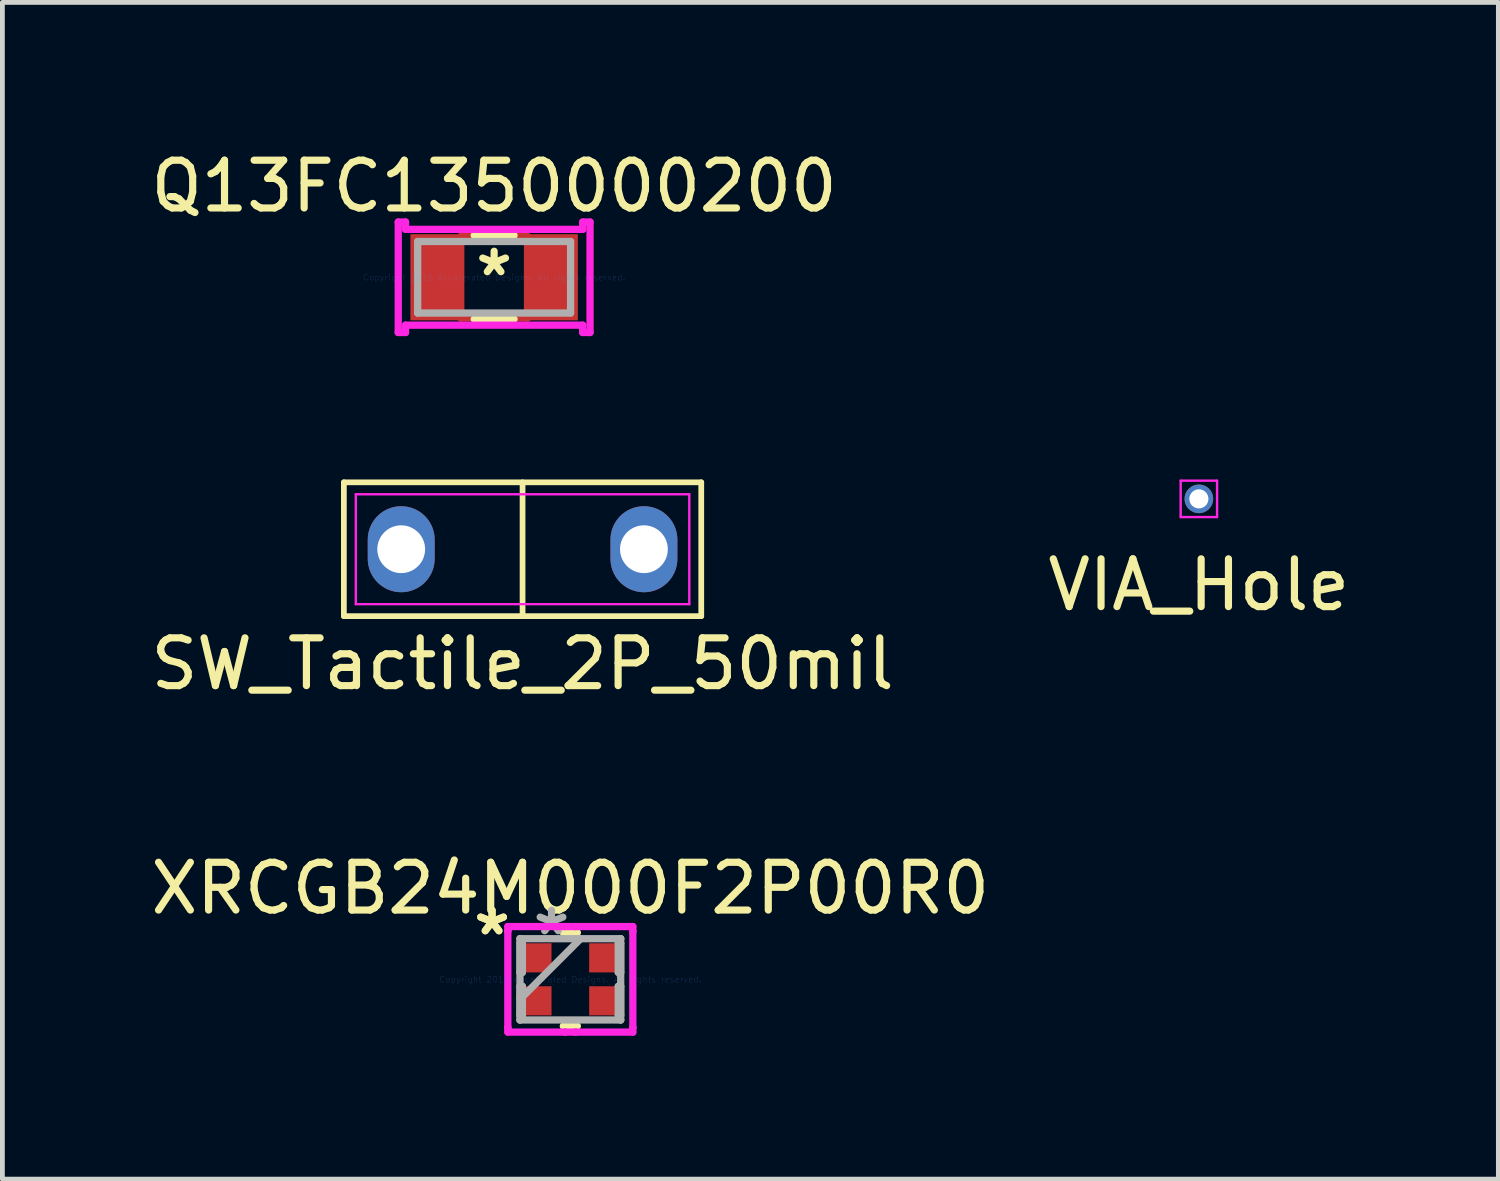
<source format=kicad_pcb>
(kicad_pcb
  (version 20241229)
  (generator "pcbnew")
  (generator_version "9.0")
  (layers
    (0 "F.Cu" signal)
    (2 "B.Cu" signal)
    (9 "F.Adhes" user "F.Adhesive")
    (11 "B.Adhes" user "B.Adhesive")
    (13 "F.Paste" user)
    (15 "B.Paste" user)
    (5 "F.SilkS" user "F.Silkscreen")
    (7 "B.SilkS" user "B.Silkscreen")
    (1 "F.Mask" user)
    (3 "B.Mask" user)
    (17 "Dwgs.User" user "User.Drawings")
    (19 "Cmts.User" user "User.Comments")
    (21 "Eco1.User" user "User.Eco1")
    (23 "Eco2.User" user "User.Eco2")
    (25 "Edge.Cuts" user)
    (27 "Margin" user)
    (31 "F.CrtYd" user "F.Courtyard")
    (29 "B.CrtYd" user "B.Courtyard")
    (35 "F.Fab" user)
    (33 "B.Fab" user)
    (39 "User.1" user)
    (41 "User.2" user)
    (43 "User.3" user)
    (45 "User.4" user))
  (footprint "XRCGB24M000F2P00R0"
    (layer "F.Cu")
    (at 8.887 17.447)
    (property "Reference" "XRCGB24M000F2P00R0" (at 0 -1.905 0) (layer "F.SilkS") (effects (font (size 1 1) (thickness 0.15))))
    (attr through_hole)
    (fp_line (start -0.147 0.978) (end 0.147 0.978) (stroke (width 0.152) (type solid)) (layer "F.SilkS"))
    (fp_line (start 0.147 -0.978) (end -0.147 -0.978) (stroke (width 0.152) (type solid)) (layer "F.SilkS"))
    (fp_line (start -1.308 -1.105) (end -0.109 -1.105) (stroke (width 0.152) (type solid)) (layer "F.CrtYd"))
    (fp_line (start -1.308 -1.009) (end -1.308 -1.105) (stroke (width 0.152) (type solid)) (layer "F.CrtYd"))
    (fp_line (start -1.308 -1.009) (end -1.308 -1.009) (stroke (width 0.152) (type solid)) (layer "F.CrtYd"))
    (fp_line (start -1.308 1.009) (end -1.308 -1.009) (stroke (width 0.152) (type solid)) (layer "F.CrtYd"))
    (fp_line (start -1.308 1.009) (end -1.308 1.009) (stroke (width 0.152) (type solid)) (layer "F.CrtYd"))
    (fp_line (start -1.308 1.105) (end -1.308 1.009) (stroke (width 0.152) (type solid)) (layer "F.CrtYd"))
    (fp_line (start -0.109 -1.105) (end -0.109 -1.105) (stroke (width 0.152) (type solid)) (layer "F.CrtYd"))
    (fp_line (start -0.109 -1.105) (end 0.109 -1.105) (stroke (width 0.152) (type solid)) (layer "F.CrtYd"))
    (fp_line (start -0.109 1.105) (end -1.308 1.105) (stroke (width 0.152) (type solid)) (layer "F.CrtYd"))
    (fp_line (start -0.109 1.105) (end -0.109 1.105) (stroke (width 0.152) (type solid)) (layer "F.CrtYd"))
    (fp_line (start 0.109 -1.105) (end 0.109 -1.105) (stroke (width 0.152) (type solid)) (layer "F.CrtYd"))
    (fp_line (start 0.109 -1.105) (end 1.308 -1.105) (stroke (width 0.152) (type solid)) (layer "F.CrtYd"))
    (fp_line (start 0.109 1.105) (end -0.109 1.105) (stroke (width 0.152) (type solid)) (layer "F.CrtYd"))
    (fp_line (start 0.109 1.105) (end 0.109 1.105) (stroke (width 0.152) (type solid)) (layer "F.CrtYd"))
    (fp_line (start 1.308 -1.105) (end 1.308 -1.009) (stroke (width 0.152) (type solid)) (layer "F.CrtYd"))
    (fp_line (start 1.308 -1.009) (end 1.308 -1.009) (stroke (width 0.152) (type solid)) (layer "F.CrtYd"))
    (fp_line (start 1.308 -1.009) (end 1.308 1.009) (stroke (width 0.152) (type solid)) (layer "F.CrtYd"))
    (fp_line (start 1.308 1.009) (end 1.308 1.009) (stroke (width 0.152) (type solid)) (layer "F.CrtYd"))
    (fp_line (start 1.308 1.009) (end 1.308 1.105) (stroke (width 0.152) (type solid)) (layer "F.CrtYd"))
    (fp_line (start 1.308 1.105) (end 0.109 1.105) (stroke (width 0.152) (type solid)) (layer "F.CrtYd"))
    (fp_line (start -1.054 -0.851) (end -1.054 -0.851) (stroke (width 0.152) (type solid)) (layer "F.Fab"))
    (fp_line (start -1.054 -0.851) (end -1.054 0.851) (stroke (width 0.152) (type solid)) (layer "F.Fab"))
    (fp_line (start -1.054 -0.755) (end -1.003 -0.755) (stroke (width 0.152) (type solid)) (layer "F.Fab"))
    (fp_line (start -1.054 -0.145) (end -1.054 -0.755) (stroke (width 0.152) (type solid)) (layer "F.Fab"))
    (fp_line (start -1.054 0.145) (end -1.003 0.145) (stroke (width 0.152) (type solid)) (layer "F.Fab"))
    (fp_line (start -1.054 0.419) (end 0.216 -0.851) (stroke (width 0.152) (type solid)) (layer "F.Fab"))
    (fp_line (start -1.054 0.755) (end -1.054 0.145) (stroke (width 0.152) (type solid)) (layer "F.Fab"))
    (fp_line (start -1.054 0.851) (end -1.054 0.851) (stroke (width 0.152) (type solid)) (layer "F.Fab"))
    (fp_line (start -1.054 0.851) (end 1.054 0.851) (stroke (width 0.152) (type solid)) (layer "F.Fab"))
    (fp_line (start -1.003 -0.755) (end -1.003 -0.145) (stroke (width 0.152) (type solid)) (layer "F.Fab"))
    (fp_line (start -1.003 -0.145) (end -1.054 -0.145) (stroke (width 0.152) (type solid)) (layer "F.Fab"))
    (fp_line (start -1.003 0.145) (end -1.003 0.755) (stroke (width 0.152) (type solid)) (layer "F.Fab"))
    (fp_line (start -1.003 0.755) (end -1.054 0.755) (stroke (width 0.152) (type solid)) (layer "F.Fab"))
    (fp_line (start 1.003 -0.755) (end 1.054 -0.755) (stroke (width 0.152) (type solid)) (layer "F.Fab"))
    (fp_line (start 1.003 -0.145) (end 1.003 -0.755) (stroke (width 0.152) (type solid)) (layer "F.Fab"))
    (fp_line (start 1.003 0.145) (end 1.054 0.145) (stroke (width 0.152) (type solid)) (layer "F.Fab"))
    (fp_line (start 1.003 0.755) (end 1.003 0.145) (stroke (width 0.152) (type solid)) (layer "F.Fab"))
    (fp_line (start 1.054 -0.851) (end -1.054 -0.851) (stroke (width 0.152) (type solid)) (layer "F.Fab"))
    (fp_line (start 1.054 -0.851) (end 1.054 -0.851) (stroke (width 0.152) (type solid)) (layer "F.Fab"))
    (fp_line (start 1.054 -0.755) (end 1.054 -0.145) (stroke (width 0.152) (type solid)) (layer "F.Fab"))
    (fp_line (start 1.054 -0.145) (end 1.003 -0.145) (stroke (width 0.152) (type solid)) (layer "F.Fab"))
    (fp_line (start 1.054 0.145) (end 1.054 0.755) (stroke (width 0.152) (type solid)) (layer "F.Fab"))
    (fp_line (start 1.054 0.755) (end 1.003 0.755) (stroke (width 0.152) (type solid)) (layer "F.Fab"))
    (fp_line (start 1.054 0.851) (end 1.054 -0.851) (stroke (width 0.152) (type solid)) (layer "F.Fab"))
    (fp_line (start 1.054 0.851) (end 1.054 0.851) (stroke (width 0.152) (type solid)) (layer "F.Fab"))
    (fp_text user "*" (at -1.638 -0.9 0) (layer "F.SilkS") (effects (font (size 1 1) (thickness 0.15))))
    (fp_text user "*" (at -1.638 -0.9 0) (layer "F.SilkS") (effects (font (size 1 1) (thickness 0.15))))
    (fp_text user "Copyright 2016 Accelerated Designs. All rights reserved." (at 0 0 0) (layer "Cmts.User") (effects (font (size 0.127 0.127) (thickness 0.002))))
    (fp_text user "*" (at -0.394 -0.9 0) (layer "F.Fab") (effects (font (size 1 1) (thickness 0.15))))
    (pad "1" smd rect (at -0.699 -0.45 90) (size 0.61 0.61) (layers "F.Cu" "F.Mask" "F.Paste"))
    (pad "2" smd rect (at -0.699 0.45 90) (size 0.61 0.61) (layers "F.Cu" "F.Mask" "F.Paste"))
    (pad "3" smd rect (at 0.699 0.45 90) (size 0.61 0.61) (layers "F.Cu" "F.Mask" "F.Paste"))
    (pad "4" smd rect (at 0.699 -0.45 90) (size 0.61 0.61) (layers "F.Cu" "F.Mask" "F.Paste")))
  (footprint "VIA_Hole"
    (layer "F.Cu")
    (at 22.042 7.391)
    (property "Reference" "VIA_Hole" (at 0 1.8 0) (layer "F.SilkS") (effects (font (size 1 1) (thickness 0.15))))
    (attr through_hole)
    (fp_line (start -0.381 -0.381) (end 0.381 -0.381) (stroke (width 0.05) (type solid)) (layer "F.CrtYd"))
    (fp_line (start -0.381 0.381) (end -0.381 -0.381) (stroke (width 0.05) (type solid)) (layer "F.CrtYd"))
    (fp_line (start 0.381 -0.381) (end 0.381 0.381) (stroke (width 0.05) (type solid)) (layer "F.CrtYd"))
    (fp_line (start 0.381 0.381) (end -0.381 0.381) (stroke (width 0.05) (type solid)) (layer "F.CrtYd"))
    (pad "1" thru_hole circle (at 0 0) (size 0.6 0.6) (drill 0.4) (layers "*.Cu" "*.Mask")))
  (footprint "Q13FC1350000200"
    (layer "F.Cu")
    (at 7.292 2.753)
    (property "Reference" "Q13FC1350000200" (at 0 -1.905 0) (layer "F.SilkS") (effects (font (size 1 1) (thickness 0.15))))
    (attr through_hole)
    (fp_line (start -0.699 -0.851) (end 0.699 -0.851) (stroke (width 0.152) (type solid)) (layer "F.Cu"))
    (fp_line (start -0.699 0.851) (end -0.699 -0.851) (stroke (width 0.152) (type solid)) (layer "F.Cu"))
    (fp_line (start 0.699 -0.851) (end 0.699 0.851) (stroke (width 0.152) (type solid)) (layer "F.Cu"))
    (fp_line (start 0.699 0.851) (end -0.699 0.851) (stroke (width 0.152) (type solid)) (layer "F.Cu"))
    (fp_line (start -0.417 0.876) (end 0.417 0.876) (stroke (width 0.152) (type solid)) (layer "F.SilkS"))
    (fp_line (start 0.417 -0.876) (end -0.417 -0.876) (stroke (width 0.152) (type solid)) (layer "F.SilkS"))
    (fp_line (start -2.007 -1.156) (end -1.854 -1.156) (stroke (width 0.152) (type solid)) (layer "F.CrtYd"))
    (fp_line (start -2.007 1.156) (end -2.007 -1.156) (stroke (width 0.152) (type solid)) (layer "F.CrtYd"))
    (fp_line (start -1.854 -1.156) (end -1.854 -1.003) (stroke (width 0.152) (type solid)) (layer "F.CrtYd"))
    (fp_line (start -1.854 -1.003) (end 1.854 -1.003) (stroke (width 0.152) (type solid)) (layer "F.CrtYd"))
    (fp_line (start -1.854 1.003) (end -1.854 1.156) (stroke (width 0.152) (type solid)) (layer "F.CrtYd"))
    (fp_line (start -1.854 1.156) (end -2.007 1.156) (stroke (width 0.152) (type solid)) (layer "F.CrtYd"))
    (fp_line (start 1.854 -1.156) (end 2.007 -1.156) (stroke (width 0.152) (type solid)) (layer "F.CrtYd"))
    (fp_line (start 1.854 -1.003) (end 1.854 -1.156) (stroke (width 0.152) (type solid)) (layer "F.CrtYd"))
    (fp_line (start 1.854 1.003) (end -1.854 1.003) (stroke (width 0.152) (type solid)) (layer "F.CrtYd"))
    (fp_line (start 1.854 1.156) (end 1.854 1.003) (stroke (width 0.152) (type solid)) (layer "F.CrtYd"))
    (fp_line (start 2.007 -1.156) (end 2.007 1.156) (stroke (width 0.152) (type solid)) (layer "F.CrtYd"))
    (fp_line (start 2.007 1.156) (end 1.854 1.156) (stroke (width 0.152) (type solid)) (layer "F.CrtYd"))
    (fp_line (start -1.6 -0.749) (end -1.6 0.749) (stroke (width 0.152) (type solid)) (layer "F.Fab"))
    (fp_line (start -1.6 0.749) (end 1.6 0.749) (stroke (width 0.152) (type solid)) (layer "F.Fab"))
    (fp_line (start 1.6 -0.749) (end -1.6 -0.749) (stroke (width 0.152) (type solid)) (layer "F.Fab"))
    (fp_line (start 1.6 0.749) (end 1.6 -0.749) (stroke (width 0.152) (type solid)) (layer "F.Fab"))
    (fp_text user "*" (at 0 0 0) (layer "F.SilkS") (effects (font (size 1 1) (thickness 0.15))))
    (fp_text user "Copyright 2016 Accelerated Designs. All rights reserved." (at 0 0 0) (layer "Cmts.User") (effects (font (size 0.127 0.127) (thickness 0.002))))
    (pad "1" smd rect (at -1.251 0) (size 1.003 1.803) (layers "F.Cu" "F.Mask" "F.Paste"))
    (pad "2" smd rect (at 1.251 0) (size 1.003 1.803) (layers "F.Cu" "F.Mask" "F.Paste")))
  (footprint "SW_Tactile_2P_50mil"
    (layer "F.Cu")
    (at 7.887 8.445)
    (property "Reference" "SW_Tactile_2P_50mil" (at 0 2.4 0) (layer "F.SilkS") (effects (font (size 1 1) (thickness 0.15))))
    (attr through_hole)
    (fp_line (start -3.74 -1.4) (end 3.74 -1.4) (stroke (width 0.12) (type solid)) (layer "F.SilkS"))
    (fp_line (start -3.74 1.4) (end -3.74 -1.4) (stroke (width 0.12) (type solid)) (layer "F.SilkS"))
    (fp_line (start 0 -1.4) (end 0 1.4) (stroke (width 0.12) (type solid)) (layer "F.SilkS"))
    (fp_line (start 3.74 -1.4) (end 3.74 1.4) (stroke (width 0.12) (type solid)) (layer "F.SilkS"))
    (fp_line (start 3.74 1.4) (end -3.74 1.4) (stroke (width 0.12) (type solid)) (layer "F.SilkS"))
    (fp_line (start -3.49 -1.15) (end 3.49 -1.15) (stroke (width 0.05) (type solid)) (layer "F.CrtYd"))
    (fp_line (start -3.49 1.15) (end -3.49 -1.15) (stroke (width 0.05) (type solid)) (layer "F.CrtYd"))
    (fp_line (start 3.49 -1.15) (end 3.49 1.15) (stroke (width 0.05) (type solid)) (layer "F.CrtYd"))
    (fp_line (start 3.49 1.15) (end -3.49 1.15) (stroke (width 0.05) (type solid)) (layer "F.CrtYd"))
    (pad "1" thru_hole oval (at -2.54 0) (size 1.4 1.8) (drill 1) (layers "*.Cu" "*.Mask"))
    (pad "2" thru_hole oval (at 2.54 0) (size 1.4 1.8) (drill 1) (layers "*.Cu" "*.Mask")))
  (gr_rect
    (start -3 -3)
    (end 28.31 21.628)
    (stroke (width 0.1) (type default))
    (fill no)
    (layer "Edge.Cuts")))
</source>
